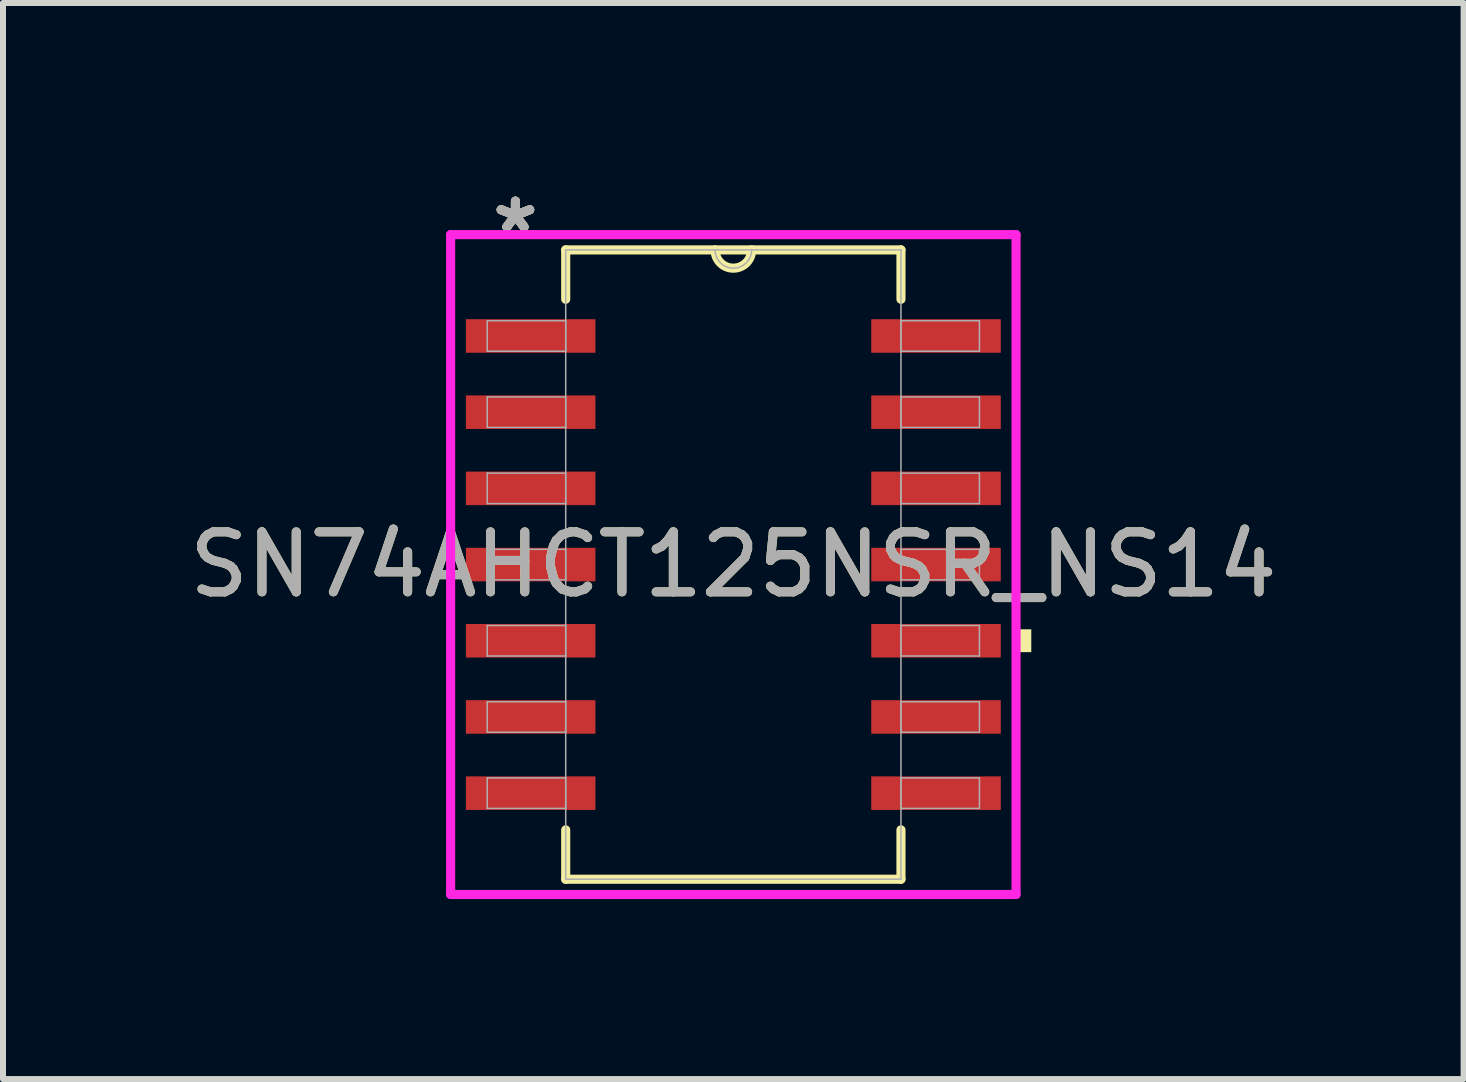
<source format=kicad_pcb>
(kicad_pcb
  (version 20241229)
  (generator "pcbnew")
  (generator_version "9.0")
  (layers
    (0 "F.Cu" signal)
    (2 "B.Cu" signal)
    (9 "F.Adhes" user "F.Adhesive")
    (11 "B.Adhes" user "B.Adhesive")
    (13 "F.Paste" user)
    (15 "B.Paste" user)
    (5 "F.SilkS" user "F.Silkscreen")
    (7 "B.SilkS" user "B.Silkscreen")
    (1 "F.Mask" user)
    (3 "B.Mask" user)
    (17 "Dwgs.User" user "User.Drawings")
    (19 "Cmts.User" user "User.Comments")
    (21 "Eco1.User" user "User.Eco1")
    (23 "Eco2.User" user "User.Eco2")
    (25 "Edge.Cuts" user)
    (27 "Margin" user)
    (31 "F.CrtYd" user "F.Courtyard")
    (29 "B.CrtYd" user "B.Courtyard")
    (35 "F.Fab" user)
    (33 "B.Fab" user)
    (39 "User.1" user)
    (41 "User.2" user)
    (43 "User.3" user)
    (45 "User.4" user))
  (footprint "SN74AHCT125NSR_NS14"
    (layer "F.Cu")
    (at 9.173 6.36)
    (property "Reference" "SN74AHCT125NSR_NS14" (at 0 0 0) (unlocked yes) (layer "F.SilkS") (effects (font (size 1 1) (thickness 0.15))))
    (attr smd)
    (fp_line (start -2.794 -5.245) (end -2.794 -4.422) (stroke (width 0.152) (type solid)) (layer "F.SilkS"))
    (fp_line (start -2.794 4.422) (end -2.794 5.245) (stroke (width 0.152) (type solid)) (layer "F.SilkS"))
    (fp_line (start -2.794 5.245) (end 2.794 5.245) (stroke (width 0.152) (type solid)) (layer "F.SilkS"))
    (fp_line (start 2.794 -5.245) (end -2.794 -5.245) (stroke (width 0.152) (type solid)) (layer "F.SilkS"))
    (fp_line (start 2.794 -4.422) (end 2.794 -5.245) (stroke (width 0.152) (type solid)) (layer "F.SilkS"))
    (fp_line (start 2.794 5.245) (end 2.794 4.422) (stroke (width 0.152) (type solid)) (layer "F.SilkS"))
    (fp_arc (start 0.3048 -5.2451) (mid 0 -4.9403) (end -0.3048 -5.2451) (stroke (width 0.1524) (type solid)) (layer "F.SilkS"))
    (fp_poly (pts (xy 4.966 1.079) (xy 4.966 1.46) (xy 4.712 1.46) (xy 4.712 1.079)) (stroke (width 0) (type solid)) (fill yes) (layer "F.SilkS"))
    (fp_line (start -4.712 -5.499) (end 4.712 -5.499) (stroke (width 0.152) (type solid)) (layer "F.CrtYd"))
    (fp_line (start -4.712 5.499) (end -4.712 -5.499) (stroke (width 0.152) (type solid)) (layer "F.CrtYd"))
    (fp_line (start 4.712 -5.499) (end 4.712 5.499) (stroke (width 0.152) (type solid)) (layer "F.CrtYd"))
    (fp_line (start 4.712 5.499) (end -4.712 5.499) (stroke (width 0.152) (type solid)) (layer "F.CrtYd"))
    (fp_line (start -4.102 -4.064) (end -4.102 -3.556) (stroke (width 0.025) (type solid)) (layer "F.Fab"))
    (fp_line (start -4.102 -3.556) (end -2.794 -3.556) (stroke (width 0.025) (type solid)) (layer "F.Fab"))
    (fp_line (start -4.102 -2.794) (end -4.102 -2.286) (stroke (width 0.025) (type solid)) (layer "F.Fab"))
    (fp_line (start -4.102 -2.286) (end -2.794 -2.286) (stroke (width 0.025) (type solid)) (layer "F.Fab"))
    (fp_line (start -4.102 -1.524) (end -4.102 -1.016) (stroke (width 0.025) (type solid)) (layer "F.Fab"))
    (fp_line (start -4.102 -1.016) (end -2.794 -1.016) (stroke (width 0.025) (type solid)) (layer "F.Fab"))
    (fp_line (start -4.102 -0.254) (end -4.102 0.254) (stroke (width 0.025) (type solid)) (layer "F.Fab"))
    (fp_line (start -4.102 0.254) (end -2.794 0.254) (stroke (width 0.025) (type solid)) (layer "F.Fab"))
    (fp_line (start -4.102 1.016) (end -4.102 1.524) (stroke (width 0.025) (type solid)) (layer "F.Fab"))
    (fp_line (start -4.102 1.524) (end -2.794 1.524) (stroke (width 0.025) (type solid)) (layer "F.Fab"))
    (fp_line (start -4.102 2.286) (end -4.102 2.794) (stroke (width 0.025) (type solid)) (layer "F.Fab"))
    (fp_line (start -4.102 2.794) (end -2.794 2.794) (stroke (width 0.025) (type solid)) (layer "F.Fab"))
    (fp_line (start -4.102 3.556) (end -4.102 4.064) (stroke (width 0.025) (type solid)) (layer "F.Fab"))
    (fp_line (start -4.102 4.064) (end -2.794 4.064) (stroke (width 0.025) (type solid)) (layer "F.Fab"))
    (fp_line (start -2.794 -5.245) (end -2.794 5.245) (stroke (width 0.025) (type solid)) (layer "F.Fab"))
    (fp_line (start -2.794 -4.064) (end -4.102 -4.064) (stroke (width 0.025) (type solid)) (layer "F.Fab"))
    (fp_line (start -2.794 -3.556) (end -2.794 -4.064) (stroke (width 0.025) (type solid)) (layer "F.Fab"))
    (fp_line (start -2.794 -2.794) (end -4.102 -2.794) (stroke (width 0.025) (type solid)) (layer "F.Fab"))
    (fp_line (start -2.794 -2.286) (end -2.794 -2.794) (stroke (width 0.025) (type solid)) (layer "F.Fab"))
    (fp_line (start -2.794 -1.524) (end -4.102 -1.524) (stroke (width 0.025) (type solid)) (layer "F.Fab"))
    (fp_line (start -2.794 -1.016) (end -2.794 -1.524) (stroke (width 0.025) (type solid)) (layer "F.Fab"))
    (fp_line (start -2.794 -0.254) (end -4.102 -0.254) (stroke (width 0.025) (type solid)) (layer "F.Fab"))
    (fp_line (start -2.794 0.254) (end -2.794 -0.254) (stroke (width 0.025) (type solid)) (layer "F.Fab"))
    (fp_line (start -2.794 1.016) (end -4.102 1.016) (stroke (width 0.025) (type solid)) (layer "F.Fab"))
    (fp_line (start -2.794 1.524) (end -2.794 1.016) (stroke (width 0.025) (type solid)) (layer "F.Fab"))
    (fp_line (start -2.794 2.286) (end -4.102 2.286) (stroke (width 0.025) (type solid)) (layer "F.Fab"))
    (fp_line (start -2.794 2.794) (end -2.794 2.286) (stroke (width 0.025) (type solid)) (layer "F.Fab"))
    (fp_line (start -2.794 3.556) (end -4.102 3.556) (stroke (width 0.025) (type solid)) (layer "F.Fab"))
    (fp_line (start -2.794 4.064) (end -2.794 3.556) (stroke (width 0.025) (type solid)) (layer "F.Fab"))
    (fp_line (start -2.794 5.245) (end 2.794 5.245) (stroke (width 0.025) (type solid)) (layer "F.Fab"))
    (fp_line (start 2.794 -5.245) (end -2.794 -5.245) (stroke (width 0.025) (type solid)) (layer "F.Fab"))
    (fp_line (start 2.794 -4.064) (end 2.794 -3.556) (stroke (width 0.025) (type solid)) (layer "F.Fab"))
    (fp_line (start 2.794 -3.556) (end 4.102 -3.556) (stroke (width 0.025) (type solid)) (layer "F.Fab"))
    (fp_line (start 2.794 -2.794) (end 2.794 -2.286) (stroke (width 0.025) (type solid)) (layer "F.Fab"))
    (fp_line (start 2.794 -2.286) (end 4.102 -2.286) (stroke (width 0.025) (type solid)) (layer "F.Fab"))
    (fp_line (start 2.794 -1.524) (end 2.794 -1.016) (stroke (width 0.025) (type solid)) (layer "F.Fab"))
    (fp_line (start 2.794 -1.016) (end 4.102 -1.016) (stroke (width 0.025) (type solid)) (layer "F.Fab"))
    (fp_line (start 2.794 -0.254) (end 2.794 0.254) (stroke (width 0.025) (type solid)) (layer "F.Fab"))
    (fp_line (start 2.794 0.254) (end 4.102 0.254) (stroke (width 0.025) (type solid)) (layer "F.Fab"))
    (fp_line (start 2.794 1.016) (end 2.794 1.524) (stroke (width 0.025) (type solid)) (layer "F.Fab"))
    (fp_line (start 2.794 1.524) (end 4.102 1.524) (stroke (width 0.025) (type solid)) (layer "F.Fab"))
    (fp_line (start 2.794 2.286) (end 2.794 2.794) (stroke (width 0.025) (type solid)) (layer "F.Fab"))
    (fp_line (start 2.794 2.794) (end 4.102 2.794) (stroke (width 0.025) (type solid)) (layer "F.Fab"))
    (fp_line (start 2.794 3.556) (end 2.794 4.064) (stroke (width 0.025) (type solid)) (layer "F.Fab"))
    (fp_line (start 2.794 4.064) (end 4.102 4.064) (stroke (width 0.025) (type solid)) (layer "F.Fab"))
    (fp_line (start 2.794 5.245) (end 2.794 -5.245) (stroke (width 0.025) (type solid)) (layer "F.Fab"))
    (fp_line (start 4.102 -4.064) (end 2.794 -4.064) (stroke (width 0.025) (type solid)) (layer "F.Fab"))
    (fp_line (start 4.102 -3.556) (end 4.102 -4.064) (stroke (width 0.025) (type solid)) (layer "F.Fab"))
    (fp_line (start 4.102 -2.794) (end 2.794 -2.794) (stroke (width 0.025) (type solid)) (layer "F.Fab"))
    (fp_line (start 4.102 -2.286) (end 4.102 -2.794) (stroke (width 0.025) (type solid)) (layer "F.Fab"))
    (fp_line (start 4.102 -1.524) (end 2.794 -1.524) (stroke (width 0.025) (type solid)) (layer "F.Fab"))
    (fp_line (start 4.102 -1.016) (end 4.102 -1.524) (stroke (width 0.025) (type solid)) (layer "F.Fab"))
    (fp_line (start 4.102 -0.254) (end 2.794 -0.254) (stroke (width 0.025) (type solid)) (layer "F.Fab"))
    (fp_line (start 4.102 0.254) (end 4.102 -0.254) (stroke (width 0.025) (type solid)) (layer "F.Fab"))
    (fp_line (start 4.102 1.016) (end 2.794 1.016) (stroke (width 0.025) (type solid)) (layer "F.Fab"))
    (fp_line (start 4.102 1.524) (end 4.102 1.016) (stroke (width 0.025) (type solid)) (layer "F.Fab"))
    (fp_line (start 4.102 2.286) (end 2.794 2.286) (stroke (width 0.025) (type solid)) (layer "F.Fab"))
    (fp_line (start 4.102 2.794) (end 4.102 2.286) (stroke (width 0.025) (type solid)) (layer "F.Fab"))
    (fp_line (start 4.102 3.556) (end 2.794 3.556) (stroke (width 0.025) (type solid)) (layer "F.Fab"))
    (fp_line (start 4.102 4.064) (end 4.102 3.556) (stroke (width 0.025) (type solid)) (layer "F.Fab"))
    (fp_arc (start 0.3048 -5.2451) (mid 0 -4.9403) (end -0.3048 -5.2451) (stroke (width 0.0254) (type solid)) (layer "F.Fab"))
    (fp_text user "*" (at -3.632 -5.512 0) (unlocked yes) (layer "F.SilkS") (effects (font (size 1 1) (thickness 0.15))))
    (fp_text user "*" (at -3.632 -5.512 0) (layer "F.SilkS") (effects (font (size 1 1) (thickness 0.15))))
    (fp_text user "${REFERENCE}" (at 0 0 0) (unlocked yes) (layer "F.Fab") (effects (font (size 1 1) (thickness 0.15))))
    (fp_text user "*" (at -3.632 -5.512 0) (unlocked yes) (layer "F.Fab") (effects (font (size 1 1) (thickness 0.15))))
    (fp_text user "*" (at -3.632 -5.512 0) (layer "F.Fab") (effects (font (size 1 1) (thickness 0.15))))
    (pad "1" smd rect (at -3.378 -3.81) (size 2.159 0.559) (layers "F.Cu" "F.Mask" "F.Paste"))
    (pad "2" smd rect (at -3.378 -2.54) (size 2.159 0.559) (layers "F.Cu" "F.Mask" "F.Paste"))
    (pad "3" smd rect (at -3.378 -1.27) (size 2.159 0.559) (layers "F.Cu" "F.Mask" "F.Paste"))
    (pad "4" smd rect (at -3.378 0) (size 2.159 0.559) (layers "F.Cu" "F.Mask" "F.Paste"))
    (pad "5" smd rect (at -3.378 1.27) (size 2.159 0.559) (layers "F.Cu" "F.Mask" "F.Paste"))
    (pad "6" smd rect (at -3.378 2.54) (size 2.159 0.559) (layers "F.Cu" "F.Mask" "F.Paste"))
    (pad "7" smd rect (at -3.378 3.81) (size 2.159 0.559) (layers "F.Cu" "F.Mask" "F.Paste"))
    (pad "8" smd rect (at 3.378 3.81) (size 2.159 0.559) (layers "F.Cu" "F.Mask" "F.Paste"))
    (pad "9" smd rect (at 3.378 2.54) (size 2.159 0.559) (layers "F.Cu" "F.Mask" "F.Paste"))
    (pad "10" smd rect (at 3.378 1.27) (size 2.159 0.559) (layers "F.Cu" "F.Mask" "F.Paste"))
    (pad "11" smd rect (at 3.378 0) (size 2.159 0.559) (layers "F.Cu" "F.Mask" "F.Paste"))
    (pad "12" smd rect (at 3.378 -1.27) (size 2.159 0.559) (layers "F.Cu" "F.Mask" "F.Paste"))
    (pad "13" smd rect (at 3.378 -2.54) (size 2.159 0.559) (layers "F.Cu" "F.Mask" "F.Paste"))
    (pad "14" smd rect (at 3.378 -3.81) (size 2.159 0.559) (layers "F.Cu" "F.Mask" "F.Paste")))
  (gr_rect
    (start -3 -3)
    (end 21.345 14.935)
    (stroke (width 0.1) (type default))
    (fill no)
    (layer "Edge.Cuts")))
</source>
